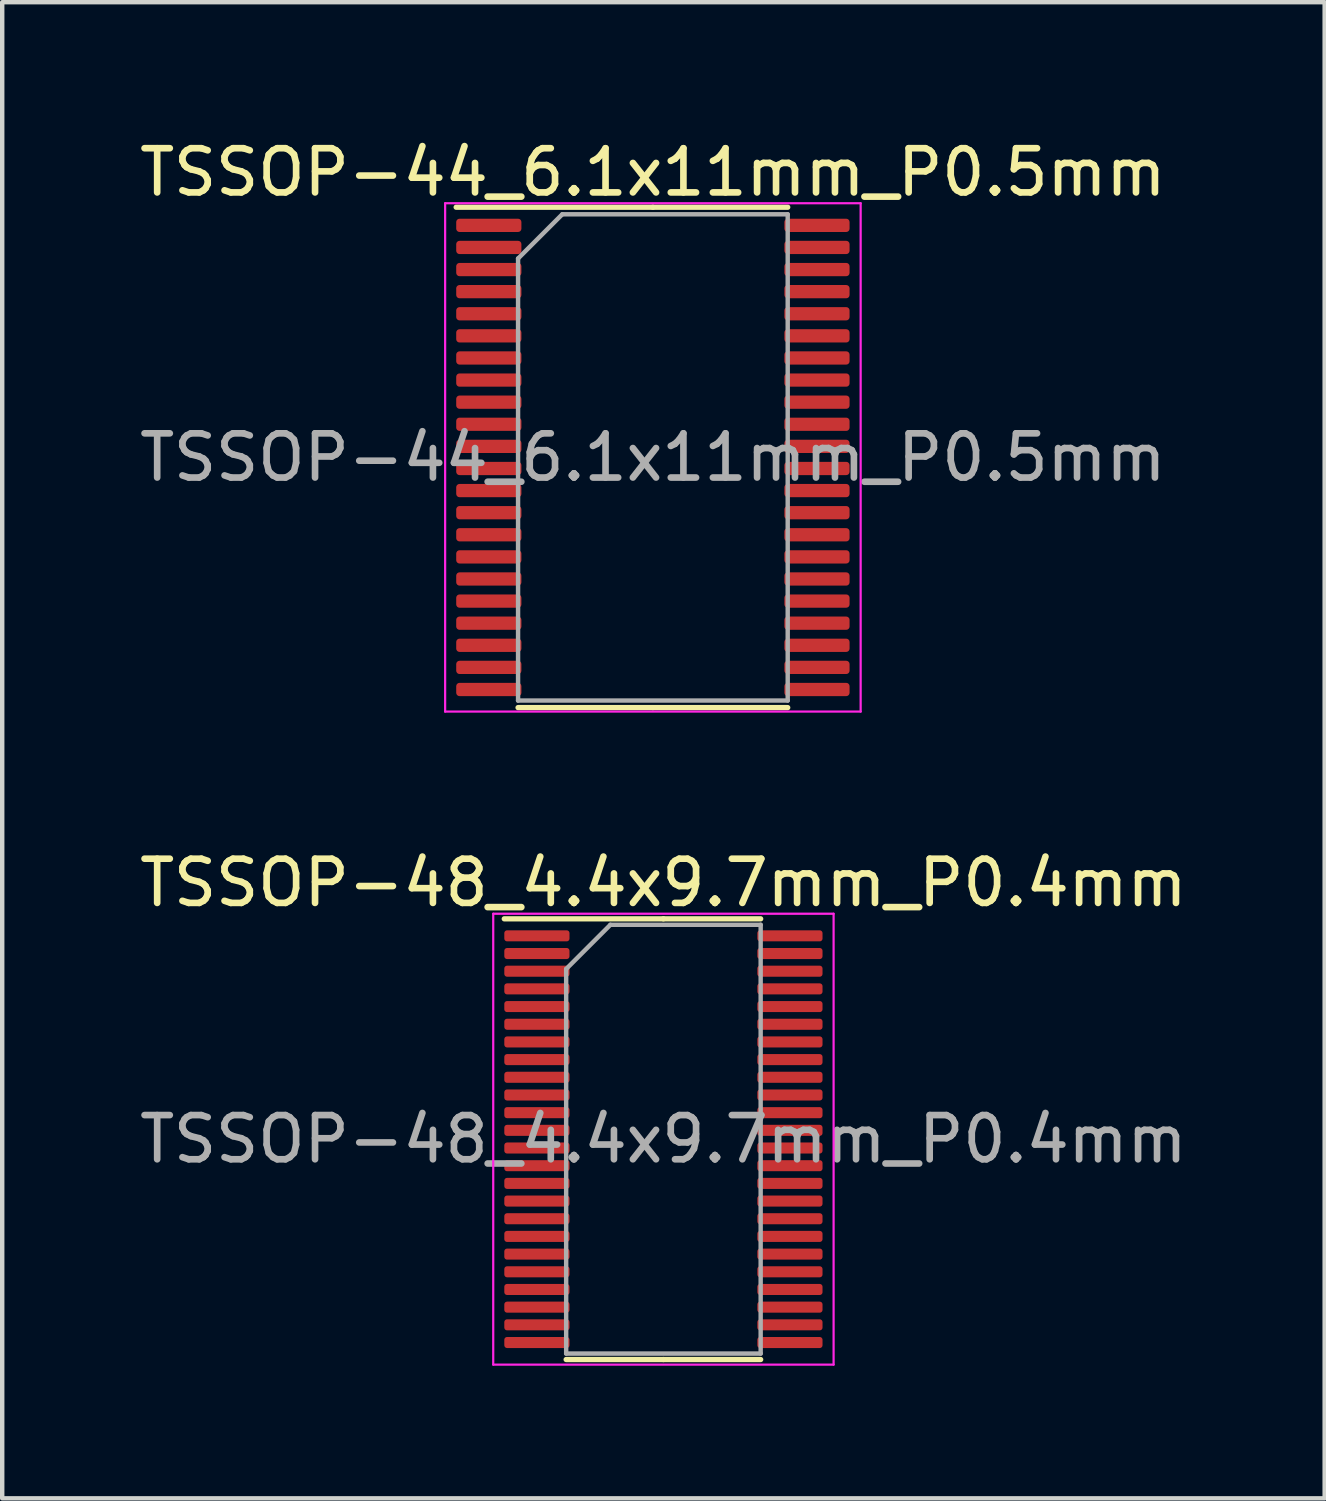
<source format=kicad_pcb>
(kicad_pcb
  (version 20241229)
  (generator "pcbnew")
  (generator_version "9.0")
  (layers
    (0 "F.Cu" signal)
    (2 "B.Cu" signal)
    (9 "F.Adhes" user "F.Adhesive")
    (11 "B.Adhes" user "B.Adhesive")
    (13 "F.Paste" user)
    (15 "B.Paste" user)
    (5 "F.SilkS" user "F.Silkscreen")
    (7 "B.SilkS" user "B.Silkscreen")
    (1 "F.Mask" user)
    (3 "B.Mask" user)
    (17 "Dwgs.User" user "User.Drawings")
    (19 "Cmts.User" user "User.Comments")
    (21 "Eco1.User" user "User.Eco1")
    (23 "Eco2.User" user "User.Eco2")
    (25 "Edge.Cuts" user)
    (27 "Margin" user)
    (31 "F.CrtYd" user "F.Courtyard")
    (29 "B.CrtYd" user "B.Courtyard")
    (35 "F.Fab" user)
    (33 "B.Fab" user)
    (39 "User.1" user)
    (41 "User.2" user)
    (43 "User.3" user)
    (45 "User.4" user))
  (footprint "TSSOP-44_6.1x11mm_P0.5mm"
    (layer "F.Cu")
    (at 11.72 7.298)
    (property "Reference" "TSSOP-44_6.1x11mm_P0.5mm" (at 0 -6.45 0) (layer "F.SilkS") (effects (font (size 1 1) (thickness 0.15))))
    (attr smd)
    (fp_line (start 0 -5.66) (end -4.45 -5.66) (stroke (width 0.12) (type solid)) (layer "F.SilkS"))
    (fp_line (start 0 -5.66) (end 3.05 -5.66) (stroke (width 0.12) (type solid)) (layer "F.SilkS"))
    (fp_line (start 0 5.66) (end -3.05 5.66) (stroke (width 0.12) (type solid)) (layer "F.SilkS"))
    (fp_line (start 0 5.66) (end 3.05 5.66) (stroke (width 0.12) (type solid)) (layer "F.SilkS"))
    (fp_line (start -4.7 -5.75) (end -4.7 5.75) (stroke (width 0.05) (type solid)) (layer "F.CrtYd"))
    (fp_line (start -4.7 5.75) (end 4.7 5.75) (stroke (width 0.05) (type solid)) (layer "F.CrtYd"))
    (fp_line (start 4.7 -5.75) (end -4.7 -5.75) (stroke (width 0.05) (type solid)) (layer "F.CrtYd"))
    (fp_line (start 4.7 5.75) (end 4.7 -5.75) (stroke (width 0.05) (type solid)) (layer "F.CrtYd"))
    (fp_line (start -3.05 -4.5) (end -2.05 -5.5) (stroke (width 0.1) (type solid)) (layer "F.Fab"))
    (fp_line (start -3.05 5.5) (end -3.05 -4.5) (stroke (width 0.1) (type solid)) (layer "F.Fab"))
    (fp_line (start -2.05 -5.5) (end 3.05 -5.5) (stroke (width 0.1) (type solid)) (layer "F.Fab"))
    (fp_line (start 3.05 -5.5) (end 3.05 5.5) (stroke (width 0.1) (type solid)) (layer "F.Fab"))
    (fp_line (start 3.05 5.5) (end -3.05 5.5) (stroke (width 0.1) (type solid)) (layer "F.Fab"))
    (fp_text user "${REFERENCE}" (at 0 0 0) (layer "F.Fab") (effects (font (size 1 1) (thickness 0.15))))
    (pad "1" smd roundrect (at -3.712 -5.25) (size 1.475 0.3) (layers "F.Cu" "F.Mask" "F.Paste") (roundrect_rratio 0.25))
    (pad "2" smd roundrect (at -3.712 -4.75) (size 1.475 0.3) (layers "F.Cu" "F.Mask" "F.Paste") (roundrect_rratio 0.25))
    (pad "3" smd roundrect (at -3.712 -4.25) (size 1.475 0.3) (layers "F.Cu" "F.Mask" "F.Paste") (roundrect_rratio 0.25))
    (pad "4" smd roundrect (at -3.712 -3.75) (size 1.475 0.3) (layers "F.Cu" "F.Mask" "F.Paste") (roundrect_rratio 0.25))
    (pad "5" smd roundrect (at -3.712 -3.25) (size 1.475 0.3) (layers "F.Cu" "F.Mask" "F.Paste") (roundrect_rratio 0.25))
    (pad "6" smd roundrect (at -3.712 -2.75) (size 1.475 0.3) (layers "F.Cu" "F.Mask" "F.Paste") (roundrect_rratio 0.25))
    (pad "7" smd roundrect (at -3.712 -2.25) (size 1.475 0.3) (layers "F.Cu" "F.Mask" "F.Paste") (roundrect_rratio 0.25))
    (pad "8" smd roundrect (at -3.712 -1.75) (size 1.475 0.3) (layers "F.Cu" "F.Mask" "F.Paste") (roundrect_rratio 0.25))
    (pad "9" smd roundrect (at -3.712 -1.25) (size 1.475 0.3) (layers "F.Cu" "F.Mask" "F.Paste") (roundrect_rratio 0.25))
    (pad "10" smd roundrect (at -3.712 -0.75) (size 1.475 0.3) (layers "F.Cu" "F.Mask" "F.Paste") (roundrect_rratio 0.25))
    (pad "11" smd roundrect (at -3.712 -0.25) (size 1.475 0.3) (layers "F.Cu" "F.Mask" "F.Paste") (roundrect_rratio 0.25))
    (pad "12" smd roundrect (at -3.712 0.25) (size 1.475 0.3) (layers "F.Cu" "F.Mask" "F.Paste") (roundrect_rratio 0.25))
    (pad "13" smd roundrect (at -3.712 0.75) (size 1.475 0.3) (layers "F.Cu" "F.Mask" "F.Paste") (roundrect_rratio 0.25))
    (pad "14" smd roundrect (at -3.712 1.25) (size 1.475 0.3) (layers "F.Cu" "F.Mask" "F.Paste") (roundrect_rratio 0.25))
    (pad "15" smd roundrect (at -3.712 1.75) (size 1.475 0.3) (layers "F.Cu" "F.Mask" "F.Paste") (roundrect_rratio 0.25))
    (pad "16" smd roundrect (at -3.712 2.25) (size 1.475 0.3) (layers "F.Cu" "F.Mask" "F.Paste") (roundrect_rratio 0.25))
    (pad "17" smd roundrect (at -3.712 2.75) (size 1.475 0.3) (layers "F.Cu" "F.Mask" "F.Paste") (roundrect_rratio 0.25))
    (pad "18" smd roundrect (at -3.712 3.25) (size 1.475 0.3) (layers "F.Cu" "F.Mask" "F.Paste") (roundrect_rratio 0.25))
    (pad "19" smd roundrect (at -3.712 3.75) (size 1.475 0.3) (layers "F.Cu" "F.Mask" "F.Paste") (roundrect_rratio 0.25))
    (pad "20" smd roundrect (at -3.712 4.25) (size 1.475 0.3) (layers "F.Cu" "F.Mask" "F.Paste") (roundrect_rratio 0.25))
    (pad "21" smd roundrect (at -3.712 4.75) (size 1.475 0.3) (layers "F.Cu" "F.Mask" "F.Paste") (roundrect_rratio 0.25))
    (pad "22" smd roundrect (at -3.712 5.25) (size 1.475 0.3) (layers "F.Cu" "F.Mask" "F.Paste") (roundrect_rratio 0.25))
    (pad "23" smd roundrect (at 3.712 5.25) (size 1.475 0.3) (layers "F.Cu" "F.Mask" "F.Paste") (roundrect_rratio 0.25))
    (pad "24" smd roundrect (at 3.712 4.75) (size 1.475 0.3) (layers "F.Cu" "F.Mask" "F.Paste") (roundrect_rratio 0.25))
    (pad "25" smd roundrect (at 3.712 4.25) (size 1.475 0.3) (layers "F.Cu" "F.Mask" "F.Paste") (roundrect_rratio 0.25))
    (pad "26" smd roundrect (at 3.712 3.75) (size 1.475 0.3) (layers "F.Cu" "F.Mask" "F.Paste") (roundrect_rratio 0.25))
    (pad "27" smd roundrect (at 3.712 3.25) (size 1.475 0.3) (layers "F.Cu" "F.Mask" "F.Paste") (roundrect_rratio 0.25))
    (pad "28" smd roundrect (at 3.712 2.75) (size 1.475 0.3) (layers "F.Cu" "F.Mask" "F.Paste") (roundrect_rratio 0.25))
    (pad "29" smd roundrect (at 3.712 2.25) (size 1.475 0.3) (layers "F.Cu" "F.Mask" "F.Paste") (roundrect_rratio 0.25))
    (pad "30" smd roundrect (at 3.712 1.75) (size 1.475 0.3) (layers "F.Cu" "F.Mask" "F.Paste") (roundrect_rratio 0.25))
    (pad "31" smd roundrect (at 3.712 1.25) (size 1.475 0.3) (layers "F.Cu" "F.Mask" "F.Paste") (roundrect_rratio 0.25))
    (pad "32" smd roundrect (at 3.712 0.75) (size 1.475 0.3) (layers "F.Cu" "F.Mask" "F.Paste") (roundrect_rratio 0.25))
    (pad "33" smd roundrect (at 3.712 0.25) (size 1.475 0.3) (layers "F.Cu" "F.Mask" "F.Paste") (roundrect_rratio 0.25))
    (pad "34" smd roundrect (at 3.712 -0.25) (size 1.475 0.3) (layers "F.Cu" "F.Mask" "F.Paste") (roundrect_rratio 0.25))
    (pad "35" smd roundrect (at 3.712 -0.75) (size 1.475 0.3) (layers "F.Cu" "F.Mask" "F.Paste") (roundrect_rratio 0.25))
    (pad "36" smd roundrect (at 3.712 -1.25) (size 1.475 0.3) (layers "F.Cu" "F.Mask" "F.Paste") (roundrect_rratio 0.25))
    (pad "37" smd roundrect (at 3.712 -1.75) (size 1.475 0.3) (layers "F.Cu" "F.Mask" "F.Paste") (roundrect_rratio 0.25))
    (pad "38" smd roundrect (at 3.712 -2.25) (size 1.475 0.3) (layers "F.Cu" "F.Mask" "F.Paste") (roundrect_rratio 0.25))
    (pad "39" smd roundrect (at 3.712 -2.75) (size 1.475 0.3) (layers "F.Cu" "F.Mask" "F.Paste") (roundrect_rratio 0.25))
    (pad "40" smd roundrect (at 3.712 -3.25) (size 1.475 0.3) (layers "F.Cu" "F.Mask" "F.Paste") (roundrect_rratio 0.25))
    (pad "41" smd roundrect (at 3.712 -3.75) (size 1.475 0.3) (layers "F.Cu" "F.Mask" "F.Paste") (roundrect_rratio 0.25))
    (pad "42" smd roundrect (at 3.712 -4.25) (size 1.475 0.3) (layers "F.Cu" "F.Mask" "F.Paste") (roundrect_rratio 0.25))
    (pad "43" smd roundrect (at 3.712 -4.75) (size 1.475 0.3) (layers "F.Cu" "F.Mask" "F.Paste") (roundrect_rratio 0.25))
    (pad "44" smd roundrect (at 3.712 -5.25) (size 1.475 0.3) (layers "F.Cu" "F.Mask" "F.Paste") (roundrect_rratio 0.25)))
  (footprint "TSSOP-48_4.4x9.7mm_P0.4mm"
    (layer "F.Cu")
    (at 11.958 22.721)
    (property "Reference" "TSSOP-48_4.4x9.7mm_P0.4mm" (at 0 -5.8 0) (layer "F.SilkS") (effects (font (size 1 1) (thickness 0.15))))
    (attr smd)
    (fp_line (start 0 -4.985) (end -3.6 -4.985) (stroke (width 0.12) (type solid)) (layer "F.SilkS"))
    (fp_line (start 0 -4.985) (end 2.2 -4.985) (stroke (width 0.12) (type solid)) (layer "F.SilkS"))
    (fp_line (start 0 4.985) (end -2.2 4.985) (stroke (width 0.12) (type solid)) (layer "F.SilkS"))
    (fp_line (start 0 4.985) (end 2.2 4.985) (stroke (width 0.12) (type solid)) (layer "F.SilkS"))
    (fp_line (start -3.85 -5.1) (end -3.85 5.1) (stroke (width 0.05) (type solid)) (layer "F.CrtYd"))
    (fp_line (start -3.85 5.1) (end 3.85 5.1) (stroke (width 0.05) (type solid)) (layer "F.CrtYd"))
    (fp_line (start 3.85 -5.1) (end -3.85 -5.1) (stroke (width 0.05) (type solid)) (layer "F.CrtYd"))
    (fp_line (start 3.85 5.1) (end 3.85 -5.1) (stroke (width 0.05) (type solid)) (layer "F.CrtYd"))
    (fp_line (start -2.2 -3.85) (end -1.2 -4.85) (stroke (width 0.1) (type solid)) (layer "F.Fab"))
    (fp_line (start -2.2 4.85) (end -2.2 -3.85) (stroke (width 0.1) (type solid)) (layer "F.Fab"))
    (fp_line (start -1.2 -4.85) (end 2.2 -4.85) (stroke (width 0.1) (type solid)) (layer "F.Fab"))
    (fp_line (start 2.2 -4.85) (end 2.2 4.85) (stroke (width 0.1) (type solid)) (layer "F.Fab"))
    (fp_line (start 2.2 4.85) (end -2.2 4.85) (stroke (width 0.1) (type solid)) (layer "F.Fab"))
    (fp_text user "${REFERENCE}" (at 0 0 0) (layer "F.Fab") (effects (font (size 1 1) (thickness 0.15))))
    (pad "1" smd roundrect (at -2.862 -4.6) (size 1.475 0.25) (layers "F.Cu" "F.Mask" "F.Paste") (roundrect_rratio 0.25))
    (pad "2" smd roundrect (at -2.862 -4.2) (size 1.475 0.25) (layers "F.Cu" "F.Mask" "F.Paste") (roundrect_rratio 0.25))
    (pad "3" smd roundrect (at -2.862 -3.8) (size 1.475 0.25) (layers "F.Cu" "F.Mask" "F.Paste") (roundrect_rratio 0.25))
    (pad "4" smd roundrect (at -2.862 -3.4) (size 1.475 0.25) (layers "F.Cu" "F.Mask" "F.Paste") (roundrect_rratio 0.25))
    (pad "5" smd roundrect (at -2.862 -3) (size 1.475 0.25) (layers "F.Cu" "F.Mask" "F.Paste") (roundrect_rratio 0.25))
    (pad "6" smd roundrect (at -2.862 -2.6) (size 1.475 0.25) (layers "F.Cu" "F.Mask" "F.Paste") (roundrect_rratio 0.25))
    (pad "7" smd roundrect (at -2.862 -2.2) (size 1.475 0.25) (layers "F.Cu" "F.Mask" "F.Paste") (roundrect_rratio 0.25))
    (pad "8" smd roundrect (at -2.862 -1.8) (size 1.475 0.25) (layers "F.Cu" "F.Mask" "F.Paste") (roundrect_rratio 0.25))
    (pad "9" smd roundrect (at -2.862 -1.4) (size 1.475 0.25) (layers "F.Cu" "F.Mask" "F.Paste") (roundrect_rratio 0.25))
    (pad "10" smd roundrect (at -2.862 -1) (size 1.475 0.25) (layers "F.Cu" "F.Mask" "F.Paste") (roundrect_rratio 0.25))
    (pad "11" smd roundrect (at -2.862 -0.6) (size 1.475 0.25) (layers "F.Cu" "F.Mask" "F.Paste") (roundrect_rratio 0.25))
    (pad "12" smd roundrect (at -2.862 -0.2) (size 1.475 0.25) (layers "F.Cu" "F.Mask" "F.Paste") (roundrect_rratio 0.25))
    (pad "13" smd roundrect (at -2.862 0.2) (size 1.475 0.25) (layers "F.Cu" "F.Mask" "F.Paste") (roundrect_rratio 0.25))
    (pad "14" smd roundrect (at -2.862 0.6) (size 1.475 0.25) (layers "F.Cu" "F.Mask" "F.Paste") (roundrect_rratio 0.25))
    (pad "15" smd roundrect (at -2.862 1) (size 1.475 0.25) (layers "F.Cu" "F.Mask" "F.Paste") (roundrect_rratio 0.25))
    (pad "16" smd roundrect (at -2.862 1.4) (size 1.475 0.25) (layers "F.Cu" "F.Mask" "F.Paste") (roundrect_rratio 0.25))
    (pad "17" smd roundrect (at -2.862 1.8) (size 1.475 0.25) (layers "F.Cu" "F.Mask" "F.Paste") (roundrect_rratio 0.25))
    (pad "18" smd roundrect (at -2.862 2.2) (size 1.475 0.25) (layers "F.Cu" "F.Mask" "F.Paste") (roundrect_rratio 0.25))
    (pad "19" smd roundrect (at -2.862 2.6) (size 1.475 0.25) (layers "F.Cu" "F.Mask" "F.Paste") (roundrect_rratio 0.25))
    (pad "20" smd roundrect (at -2.862 3) (size 1.475 0.25) (layers "F.Cu" "F.Mask" "F.Paste") (roundrect_rratio 0.25))
    (pad "21" smd roundrect (at -2.862 3.4) (size 1.475 0.25) (layers "F.Cu" "F.Mask" "F.Paste") (roundrect_rratio 0.25))
    (pad "22" smd roundrect (at -2.862 3.8) (size 1.475 0.25) (layers "F.Cu" "F.Mask" "F.Paste") (roundrect_rratio 0.25))
    (pad "23" smd roundrect (at -2.862 4.2) (size 1.475 0.25) (layers "F.Cu" "F.Mask" "F.Paste") (roundrect_rratio 0.25))
    (pad "24" smd roundrect (at -2.862 4.6) (size 1.475 0.25) (layers "F.Cu" "F.Mask" "F.Paste") (roundrect_rratio 0.25))
    (pad "25" smd roundrect (at 2.862 4.6) (size 1.475 0.25) (layers "F.Cu" "F.Mask" "F.Paste") (roundrect_rratio 0.25))
    (pad "26" smd roundrect (at 2.862 4.2) (size 1.475 0.25) (layers "F.Cu" "F.Mask" "F.Paste") (roundrect_rratio 0.25))
    (pad "27" smd roundrect (at 2.862 3.8) (size 1.475 0.25) (layers "F.Cu" "F.Mask" "F.Paste") (roundrect_rratio 0.25))
    (pad "28" smd roundrect (at 2.862 3.4) (size 1.475 0.25) (layers "F.Cu" "F.Mask" "F.Paste") (roundrect_rratio 0.25))
    (pad "29" smd roundrect (at 2.862 3) (size 1.475 0.25) (layers "F.Cu" "F.Mask" "F.Paste") (roundrect_rratio 0.25))
    (pad "30" smd roundrect (at 2.862 2.6) (size 1.475 0.25) (layers "F.Cu" "F.Mask" "F.Paste") (roundrect_rratio 0.25))
    (pad "31" smd roundrect (at 2.862 2.2) (size 1.475 0.25) (layers "F.Cu" "F.Mask" "F.Paste") (roundrect_rratio 0.25))
    (pad "32" smd roundrect (at 2.862 1.8) (size 1.475 0.25) (layers "F.Cu" "F.Mask" "F.Paste") (roundrect_rratio 0.25))
    (pad "33" smd roundrect (at 2.862 1.4) (size 1.475 0.25) (layers "F.Cu" "F.Mask" "F.Paste") (roundrect_rratio 0.25))
    (pad "34" smd roundrect (at 2.862 1) (size 1.475 0.25) (layers "F.Cu" "F.Mask" "F.Paste") (roundrect_rratio 0.25))
    (pad "35" smd roundrect (at 2.862 0.6) (size 1.475 0.25) (layers "F.Cu" "F.Mask" "F.Paste") (roundrect_rratio 0.25))
    (pad "36" smd roundrect (at 2.862 0.2) (size 1.475 0.25) (layers "F.Cu" "F.Mask" "F.Paste") (roundrect_rratio 0.25))
    (pad "37" smd roundrect (at 2.862 -0.2) (size 1.475 0.25) (layers "F.Cu" "F.Mask" "F.Paste") (roundrect_rratio 0.25))
    (pad "38" smd roundrect (at 2.862 -0.6) (size 1.475 0.25) (layers "F.Cu" "F.Mask" "F.Paste") (roundrect_rratio 0.25))
    (pad "39" smd roundrect (at 2.862 -1) (size 1.475 0.25) (layers "F.Cu" "F.Mask" "F.Paste") (roundrect_rratio 0.25))
    (pad "40" smd roundrect (at 2.862 -1.4) (size 1.475 0.25) (layers "F.Cu" "F.Mask" "F.Paste") (roundrect_rratio 0.25))
    (pad "41" smd roundrect (at 2.862 -1.8) (size 1.475 0.25) (layers "F.Cu" "F.Mask" "F.Paste") (roundrect_rratio 0.25))
    (pad "42" smd roundrect (at 2.862 -2.2) (size 1.475 0.25) (layers "F.Cu" "F.Mask" "F.Paste") (roundrect_rratio 0.25))
    (pad "43" smd roundrect (at 2.862 -2.6) (size 1.475 0.25) (layers "F.Cu" "F.Mask" "F.Paste") (roundrect_rratio 0.25))
    (pad "44" smd roundrect (at 2.862 -3) (size 1.475 0.25) (layers "F.Cu" "F.Mask" "F.Paste") (roundrect_rratio 0.25))
    (pad "45" smd roundrect (at 2.862 -3.4) (size 1.475 0.25) (layers "F.Cu" "F.Mask" "F.Paste") (roundrect_rratio 0.25))
    (pad "46" smd roundrect (at 2.862 -3.8) (size 1.475 0.25) (layers "F.Cu" "F.Mask" "F.Paste") (roundrect_rratio 0.25))
    (pad "47" smd roundrect (at 2.862 -4.2) (size 1.475 0.25) (layers "F.Cu" "F.Mask" "F.Paste") (roundrect_rratio 0.25))
    (pad "48" smd roundrect (at 2.862 -4.6) (size 1.475 0.25) (layers "F.Cu" "F.Mask" "F.Paste") (roundrect_rratio 0.25)))
  (gr_rect
    (start -3 -3)
    (end 26.917 30.846)
    (stroke (width 0.1) (type default))
    (fill no)
    (layer "Edge.Cuts")))
</source>
